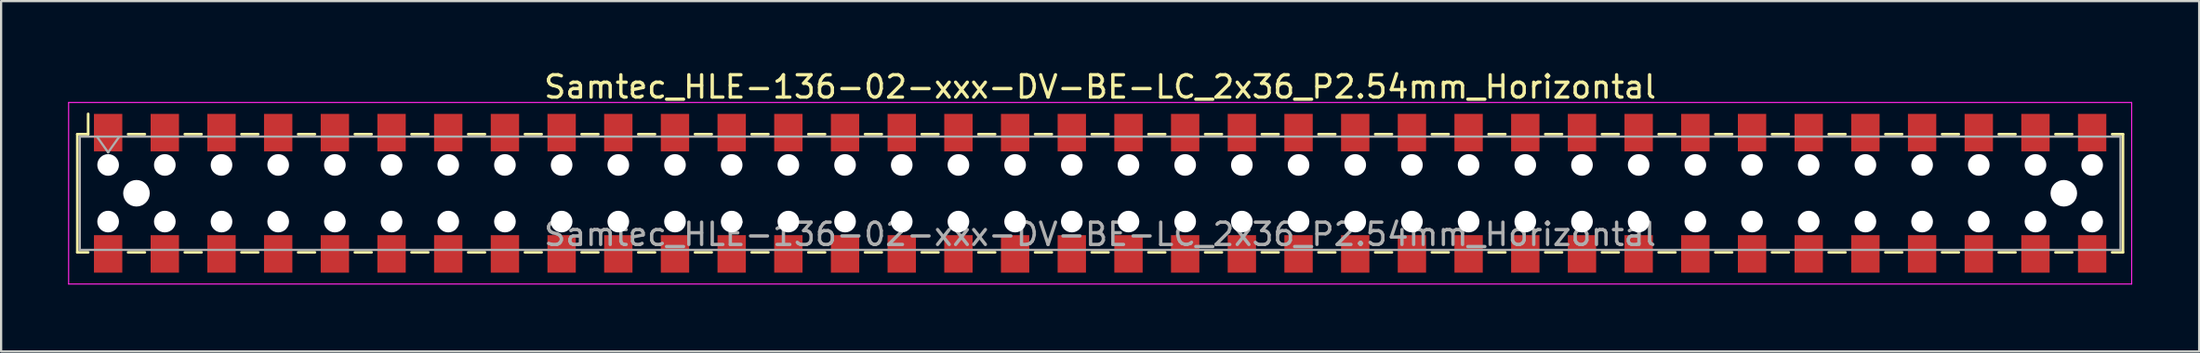
<source format=kicad_pcb>
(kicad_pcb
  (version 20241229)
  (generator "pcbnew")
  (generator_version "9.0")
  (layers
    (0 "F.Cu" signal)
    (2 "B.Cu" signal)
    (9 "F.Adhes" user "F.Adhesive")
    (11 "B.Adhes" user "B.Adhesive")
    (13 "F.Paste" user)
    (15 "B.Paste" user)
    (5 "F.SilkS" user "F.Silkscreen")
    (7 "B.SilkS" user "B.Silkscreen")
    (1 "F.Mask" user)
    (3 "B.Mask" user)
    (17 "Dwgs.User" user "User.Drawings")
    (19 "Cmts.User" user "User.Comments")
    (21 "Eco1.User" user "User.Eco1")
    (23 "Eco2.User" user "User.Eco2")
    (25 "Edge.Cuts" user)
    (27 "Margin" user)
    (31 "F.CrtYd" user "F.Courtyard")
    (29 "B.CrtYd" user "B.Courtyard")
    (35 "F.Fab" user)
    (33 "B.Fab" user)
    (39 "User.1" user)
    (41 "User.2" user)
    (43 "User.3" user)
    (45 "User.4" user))
  (footprint "Samtec_HLE-136-02-xxx-DV-BE-LC_2x36_P2.54mm_Horizontal"
    (layer "F.Cu")
    (at 46.245 5.618)
    (property "Reference" "Samtec_HLE-136-02-xxx-DV-BE-LC_2x36_P2.54mm_Horizontal" (at 0 -4.77 0) (layer "F.SilkS") (effects (font (size 1 1) (thickness 0.15))))
    (attr smd)
    (fp_line (start -45.83 -2.65) (end -45.83 2.65) (stroke (width 0.12) (type solid)) (layer "F.SilkS"))
    (fp_line (start -45.83 2.65) (end -45.345 2.65) (stroke (width 0.12) (type solid)) (layer "F.SilkS"))
    (fp_line (start -45.345 -3.56) (end -45.345 -2.65) (stroke (width 0.12) (type solid)) (layer "F.SilkS"))
    (fp_line (start -45.345 -2.65) (end -45.83 -2.65) (stroke (width 0.12) (type solid)) (layer "F.SilkS"))
    (fp_line (start -43.555 -2.65) (end -42.805 -2.65) (stroke (width 0.12) (type solid)) (layer "F.SilkS"))
    (fp_line (start -43.555 2.65) (end -42.805 2.65) (stroke (width 0.12) (type solid)) (layer "F.SilkS"))
    (fp_line (start -41.015 -2.65) (end -40.265 -2.65) (stroke (width 0.12) (type solid)) (layer "F.SilkS"))
    (fp_line (start -41.015 2.65) (end -40.265 2.65) (stroke (width 0.12) (type solid)) (layer "F.SilkS"))
    (fp_line (start -38.475 -2.65) (end -37.725 -2.65) (stroke (width 0.12) (type solid)) (layer "F.SilkS"))
    (fp_line (start -38.475 2.65) (end -37.725 2.65) (stroke (width 0.12) (type solid)) (layer "F.SilkS"))
    (fp_line (start -35.935 -2.65) (end -35.185 -2.65) (stroke (width 0.12) (type solid)) (layer "F.SilkS"))
    (fp_line (start -35.935 2.65) (end -35.185 2.65) (stroke (width 0.12) (type solid)) (layer "F.SilkS"))
    (fp_line (start -33.395 -2.65) (end -32.645 -2.65) (stroke (width 0.12) (type solid)) (layer "F.SilkS"))
    (fp_line (start -33.395 2.65) (end -32.645 2.65) (stroke (width 0.12) (type solid)) (layer "F.SilkS"))
    (fp_line (start -30.855 -2.65) (end -30.105 -2.65) (stroke (width 0.12) (type solid)) (layer "F.SilkS"))
    (fp_line (start -30.855 2.65) (end -30.105 2.65) (stroke (width 0.12) (type solid)) (layer "F.SilkS"))
    (fp_line (start -28.315 -2.65) (end -27.565 -2.65) (stroke (width 0.12) (type solid)) (layer "F.SilkS"))
    (fp_line (start -28.315 2.65) (end -27.565 2.65) (stroke (width 0.12) (type solid)) (layer "F.SilkS"))
    (fp_line (start -25.775 -2.65) (end -25.025 -2.65) (stroke (width 0.12) (type solid)) (layer "F.SilkS"))
    (fp_line (start -25.775 2.65) (end -25.025 2.65) (stroke (width 0.12) (type solid)) (layer "F.SilkS"))
    (fp_line (start -23.235 -2.65) (end -22.485 -2.65) (stroke (width 0.12) (type solid)) (layer "F.SilkS"))
    (fp_line (start -23.235 2.65) (end -22.485 2.65) (stroke (width 0.12) (type solid)) (layer "F.SilkS"))
    (fp_line (start -20.695 -2.65) (end -19.945 -2.65) (stroke (width 0.12) (type solid)) (layer "F.SilkS"))
    (fp_line (start -20.695 2.65) (end -19.945 2.65) (stroke (width 0.12) (type solid)) (layer "F.SilkS"))
    (fp_line (start -18.155 -2.65) (end -17.405 -2.65) (stroke (width 0.12) (type solid)) (layer "F.SilkS"))
    (fp_line (start -18.155 2.65) (end -17.405 2.65) (stroke (width 0.12) (type solid)) (layer "F.SilkS"))
    (fp_line (start -15.615 -2.65) (end -14.865 -2.65) (stroke (width 0.12) (type solid)) (layer "F.SilkS"))
    (fp_line (start -15.615 2.65) (end -14.865 2.65) (stroke (width 0.12) (type solid)) (layer "F.SilkS"))
    (fp_line (start -13.075 -2.65) (end -12.325 -2.65) (stroke (width 0.12) (type solid)) (layer "F.SilkS"))
    (fp_line (start -13.075 2.65) (end -12.325 2.65) (stroke (width 0.12) (type solid)) (layer "F.SilkS"))
    (fp_line (start -10.535 -2.65) (end -9.785 -2.65) (stroke (width 0.12) (type solid)) (layer "F.SilkS"))
    (fp_line (start -10.535 2.65) (end -9.785 2.65) (stroke (width 0.12) (type solid)) (layer "F.SilkS"))
    (fp_line (start -7.995 -2.65) (end -7.245 -2.65) (stroke (width 0.12) (type solid)) (layer "F.SilkS"))
    (fp_line (start -7.995 2.65) (end -7.245 2.65) (stroke (width 0.12) (type solid)) (layer "F.SilkS"))
    (fp_line (start -5.455 -2.65) (end -4.705 -2.65) (stroke (width 0.12) (type solid)) (layer "F.SilkS"))
    (fp_line (start -5.455 2.65) (end -4.705 2.65) (stroke (width 0.12) (type solid)) (layer "F.SilkS"))
    (fp_line (start -2.915 -2.65) (end -2.165 -2.65) (stroke (width 0.12) (type solid)) (layer "F.SilkS"))
    (fp_line (start -2.915 2.65) (end -2.165 2.65) (stroke (width 0.12) (type solid)) (layer "F.SilkS"))
    (fp_line (start -0.375 -2.65) (end 0.375 -2.65) (stroke (width 0.12) (type solid)) (layer "F.SilkS"))
    (fp_line (start -0.375 2.65) (end 0.375 2.65) (stroke (width 0.12) (type solid)) (layer "F.SilkS"))
    (fp_line (start 2.165 -2.65) (end 2.915 -2.65) (stroke (width 0.12) (type solid)) (layer "F.SilkS"))
    (fp_line (start 2.165 2.65) (end 2.915 2.65) (stroke (width 0.12) (type solid)) (layer "F.SilkS"))
    (fp_line (start 4.705 -2.65) (end 5.455 -2.65) (stroke (width 0.12) (type solid)) (layer "F.SilkS"))
    (fp_line (start 4.705 2.65) (end 5.455 2.65) (stroke (width 0.12) (type solid)) (layer "F.SilkS"))
    (fp_line (start 7.245 -2.65) (end 7.995 -2.65) (stroke (width 0.12) (type solid)) (layer "F.SilkS"))
    (fp_line (start 7.245 2.65) (end 7.995 2.65) (stroke (width 0.12) (type solid)) (layer "F.SilkS"))
    (fp_line (start 9.785 -2.65) (end 10.535 -2.65) (stroke (width 0.12) (type solid)) (layer "F.SilkS"))
    (fp_line (start 9.785 2.65) (end 10.535 2.65) (stroke (width 0.12) (type solid)) (layer "F.SilkS"))
    (fp_line (start 12.325 -2.65) (end 13.075 -2.65) (stroke (width 0.12) (type solid)) (layer "F.SilkS"))
    (fp_line (start 12.325 2.65) (end 13.075 2.65) (stroke (width 0.12) (type solid)) (layer "F.SilkS"))
    (fp_line (start 14.865 -2.65) (end 15.615 -2.65) (stroke (width 0.12) (type solid)) (layer "F.SilkS"))
    (fp_line (start 14.865 2.65) (end 15.615 2.65) (stroke (width 0.12) (type solid)) (layer "F.SilkS"))
    (fp_line (start 17.405 -2.65) (end 18.155 -2.65) (stroke (width 0.12) (type solid)) (layer "F.SilkS"))
    (fp_line (start 17.405 2.65) (end 18.155 2.65) (stroke (width 0.12) (type solid)) (layer "F.SilkS"))
    (fp_line (start 19.945 -2.65) (end 20.695 -2.65) (stroke (width 0.12) (type solid)) (layer "F.SilkS"))
    (fp_line (start 19.945 2.65) (end 20.695 2.65) (stroke (width 0.12) (type solid)) (layer "F.SilkS"))
    (fp_line (start 22.485 -2.65) (end 23.235 -2.65) (stroke (width 0.12) (type solid)) (layer "F.SilkS"))
    (fp_line (start 22.485 2.65) (end 23.235 2.65) (stroke (width 0.12) (type solid)) (layer "F.SilkS"))
    (fp_line (start 25.025 -2.65) (end 25.775 -2.65) (stroke (width 0.12) (type solid)) (layer "F.SilkS"))
    (fp_line (start 25.025 2.65) (end 25.775 2.65) (stroke (width 0.12) (type solid)) (layer "F.SilkS"))
    (fp_line (start 27.565 -2.65) (end 28.315 -2.65) (stroke (width 0.12) (type solid)) (layer "F.SilkS"))
    (fp_line (start 27.565 2.65) (end 28.315 2.65) (stroke (width 0.12) (type solid)) (layer "F.SilkS"))
    (fp_line (start 30.105 -2.65) (end 30.855 -2.65) (stroke (width 0.12) (type solid)) (layer "F.SilkS"))
    (fp_line (start 30.105 2.65) (end 30.855 2.65) (stroke (width 0.12) (type solid)) (layer "F.SilkS"))
    (fp_line (start 32.645 -2.65) (end 33.395 -2.65) (stroke (width 0.12) (type solid)) (layer "F.SilkS"))
    (fp_line (start 32.645 2.65) (end 33.395 2.65) (stroke (width 0.12) (type solid)) (layer "F.SilkS"))
    (fp_line (start 35.185 -2.65) (end 35.935 -2.65) (stroke (width 0.12) (type solid)) (layer "F.SilkS"))
    (fp_line (start 35.185 2.65) (end 35.935 2.65) (stroke (width 0.12) (type solid)) (layer "F.SilkS"))
    (fp_line (start 37.725 -2.65) (end 38.475 -2.65) (stroke (width 0.12) (type solid)) (layer "F.SilkS"))
    (fp_line (start 37.725 2.65) (end 38.475 2.65) (stroke (width 0.12) (type solid)) (layer "F.SilkS"))
    (fp_line (start 40.265 -2.65) (end 41.015 -2.65) (stroke (width 0.12) (type solid)) (layer "F.SilkS"))
    (fp_line (start 40.265 2.65) (end 41.015 2.65) (stroke (width 0.12) (type solid)) (layer "F.SilkS"))
    (fp_line (start 42.805 -2.65) (end 43.555 -2.65) (stroke (width 0.12) (type solid)) (layer "F.SilkS"))
    (fp_line (start 42.805 2.65) (end 43.555 2.65) (stroke (width 0.12) (type solid)) (layer "F.SilkS"))
    (fp_line (start 45.345 -2.65) (end 45.83 -2.65) (stroke (width 0.12) (type solid)) (layer "F.SilkS"))
    (fp_line (start 45.83 -2.65) (end 45.83 2.65) (stroke (width 0.12) (type solid)) (layer "F.SilkS"))
    (fp_line (start 45.83 2.65) (end 45.345 2.65) (stroke (width 0.12) (type solid)) (layer "F.SilkS"))
    (fp_line (start -46.22 -4.07) (end 46.22 -4.07) (stroke (width 0.05) (type solid)) (layer "F.CrtYd"))
    (fp_line (start -46.22 4.07) (end -46.22 -4.07) (stroke (width 0.05) (type solid)) (layer "F.CrtYd"))
    (fp_line (start 46.22 -4.07) (end 46.22 4.07) (stroke (width 0.05) (type solid)) (layer "F.CrtYd"))
    (fp_line (start 46.22 4.07) (end -46.22 4.07) (stroke (width 0.05) (type solid)) (layer "F.CrtYd"))
    (fp_line (start -45.72 -2.54) (end 45.72 -2.54) (stroke (width 0.1) (type solid)) (layer "F.Fab"))
    (fp_line (start -45.72 2.54) (end -45.72 -2.54) (stroke (width 0.1) (type solid)) (layer "F.Fab"))
    (fp_line (start -44.95 -2.54) (end -44.45 -1.833) (stroke (width 0.1) (type solid)) (layer "F.Fab"))
    (fp_line (start -44.45 -1.833) (end -43.95 -2.54) (stroke (width 0.1) (type solid)) (layer "F.Fab"))
    (fp_line (start 45.72 -2.54) (end 45.72 2.54) (stroke (width 0.1) (type solid)) (layer "F.Fab"))
    (fp_line (start 45.72 2.54) (end -45.72 2.54) (stroke (width 0.1) (type solid)) (layer "F.Fab"))
    (fp_text user "${REFERENCE}" (at 0 1.84 0) (layer "F.Fab") (effects (font (size 1 1) (thickness 0.15))))
    (pad "" np_thru_hole circle (at -44.45 -1.27) (size 0.97 0.97) (drill 0.97) (layers "*.Cu" "*.Mask"))
    (pad "" np_thru_hole circle (at -44.45 1.27) (size 0.97 0.97) (drill 0.97) (layers "*.Cu" "*.Mask"))
    (pad "" np_thru_hole circle (at -43.18 0) (size 1.19 1.19) (drill 1.19) (layers "*.Cu" "*.Mask"))
    (pad "" np_thru_hole circle (at -41.91 -1.27) (size 0.97 0.97) (drill 0.97) (layers "*.Cu" "*.Mask"))
    (pad "" np_thru_hole circle (at -41.91 1.27) (size 0.97 0.97) (drill 0.97) (layers "*.Cu" "*.Mask"))
    (pad "" np_thru_hole circle (at -39.37 -1.27) (size 0.97 0.97) (drill 0.97) (layers "*.Cu" "*.Mask"))
    (pad "" np_thru_hole circle (at -39.37 1.27) (size 0.97 0.97) (drill 0.97) (layers "*.Cu" "*.Mask"))
    (pad "" np_thru_hole circle (at -36.83 -1.27) (size 0.97 0.97) (drill 0.97) (layers "*.Cu" "*.Mask"))
    (pad "" np_thru_hole circle (at -36.83 1.27) (size 0.97 0.97) (drill 0.97) (layers "*.Cu" "*.Mask"))
    (pad "" np_thru_hole circle (at -34.29 -1.27) (size 0.97 0.97) (drill 0.97) (layers "*.Cu" "*.Mask"))
    (pad "" np_thru_hole circle (at -34.29 1.27) (size 0.97 0.97) (drill 0.97) (layers "*.Cu" "*.Mask"))
    (pad "" np_thru_hole circle (at -31.75 -1.27) (size 0.97 0.97) (drill 0.97) (layers "*.Cu" "*.Mask"))
    (pad "" np_thru_hole circle (at -31.75 1.27) (size 0.97 0.97) (drill 0.97) (layers "*.Cu" "*.Mask"))
    (pad "" np_thru_hole circle (at -29.21 -1.27) (size 0.97 0.97) (drill 0.97) (layers "*.Cu" "*.Mask"))
    (pad "" np_thru_hole circle (at -29.21 1.27) (size 0.97 0.97) (drill 0.97) (layers "*.Cu" "*.Mask"))
    (pad "" np_thru_hole circle (at -26.67 -1.27) (size 0.97 0.97) (drill 0.97) (layers "*.Cu" "*.Mask"))
    (pad "" np_thru_hole circle (at -26.67 1.27) (size 0.97 0.97) (drill 0.97) (layers "*.Cu" "*.Mask"))
    (pad "" np_thru_hole circle (at -24.13 -1.27) (size 0.97 0.97) (drill 0.97) (layers "*.Cu" "*.Mask"))
    (pad "" np_thru_hole circle (at -24.13 1.27) (size 0.97 0.97) (drill 0.97) (layers "*.Cu" "*.Mask"))
    (pad "" np_thru_hole circle (at -21.59 -1.27) (size 0.97 0.97) (drill 0.97) (layers "*.Cu" "*.Mask"))
    (pad "" np_thru_hole circle (at -21.59 1.27) (size 0.97 0.97) (drill 0.97) (layers "*.Cu" "*.Mask"))
    (pad "" np_thru_hole circle (at -19.05 -1.27) (size 0.97 0.97) (drill 0.97) (layers "*.Cu" "*.Mask"))
    (pad "" np_thru_hole circle (at -19.05 1.27) (size 0.97 0.97) (drill 0.97) (layers "*.Cu" "*.Mask"))
    (pad "" np_thru_hole circle (at -16.51 -1.27) (size 0.97 0.97) (drill 0.97) (layers "*.Cu" "*.Mask"))
    (pad "" np_thru_hole circle (at -16.51 1.27) (size 0.97 0.97) (drill 0.97) (layers "*.Cu" "*.Mask"))
    (pad "" np_thru_hole circle (at -13.97 -1.27) (size 0.97 0.97) (drill 0.97) (layers "*.Cu" "*.Mask"))
    (pad "" np_thru_hole circle (at -13.97 1.27) (size 0.97 0.97) (drill 0.97) (layers "*.Cu" "*.Mask"))
    (pad "" np_thru_hole circle (at -11.43 -1.27) (size 0.97 0.97) (drill 0.97) (layers "*.Cu" "*.Mask"))
    (pad "" np_thru_hole circle (at -11.43 1.27) (size 0.97 0.97) (drill 0.97) (layers "*.Cu" "*.Mask"))
    (pad "" np_thru_hole circle (at -8.89 -1.27) (size 0.97 0.97) (drill 0.97) (layers "*.Cu" "*.Mask"))
    (pad "" np_thru_hole circle (at -8.89 1.27) (size 0.97 0.97) (drill 0.97) (layers "*.Cu" "*.Mask"))
    (pad "" np_thru_hole circle (at -6.35 -1.27) (size 0.97 0.97) (drill 0.97) (layers "*.Cu" "*.Mask"))
    (pad "" np_thru_hole circle (at -6.35 1.27) (size 0.97 0.97) (drill 0.97) (layers "*.Cu" "*.Mask"))
    (pad "" np_thru_hole circle (at -3.81 -1.27) (size 0.97 0.97) (drill 0.97) (layers "*.Cu" "*.Mask"))
    (pad "" np_thru_hole circle (at -3.81 1.27) (size 0.97 0.97) (drill 0.97) (layers "*.Cu" "*.Mask"))
    (pad "" np_thru_hole circle (at -1.27 -1.27) (size 0.97 0.97) (drill 0.97) (layers "*.Cu" "*.Mask"))
    (pad "" np_thru_hole circle (at -1.27 1.27) (size 0.97 0.97) (drill 0.97) (layers "*.Cu" "*.Mask"))
    (pad "" np_thru_hole circle (at 1.27 -1.27) (size 0.97 0.97) (drill 0.97) (layers "*.Cu" "*.Mask"))
    (pad "" np_thru_hole circle (at 1.27 1.27) (size 0.97 0.97) (drill 0.97) (layers "*.Cu" "*.Mask"))
    (pad "" np_thru_hole circle (at 3.81 -1.27) (size 0.97 0.97) (drill 0.97) (layers "*.Cu" "*.Mask"))
    (pad "" np_thru_hole circle (at 3.81 1.27) (size 0.97 0.97) (drill 0.97) (layers "*.Cu" "*.Mask"))
    (pad "" np_thru_hole circle (at 6.35 -1.27) (size 0.97 0.97) (drill 0.97) (layers "*.Cu" "*.Mask"))
    (pad "" np_thru_hole circle (at 6.35 1.27) (size 0.97 0.97) (drill 0.97) (layers "*.Cu" "*.Mask"))
    (pad "" np_thru_hole circle (at 8.89 -1.27) (size 0.97 0.97) (drill 0.97) (layers "*.Cu" "*.Mask"))
    (pad "" np_thru_hole circle (at 8.89 1.27) (size 0.97 0.97) (drill 0.97) (layers "*.Cu" "*.Mask"))
    (pad "" np_thru_hole circle (at 11.43 -1.27) (size 0.97 0.97) (drill 0.97) (layers "*.Cu" "*.Mask"))
    (pad "" np_thru_hole circle (at 11.43 1.27) (size 0.97 0.97) (drill 0.97) (layers "*.Cu" "*.Mask"))
    (pad "" np_thru_hole circle (at 13.97 -1.27) (size 0.97 0.97) (drill 0.97) (layers "*.Cu" "*.Mask"))
    (pad "" np_thru_hole circle (at 13.97 1.27) (size 0.97 0.97) (drill 0.97) (layers "*.Cu" "*.Mask"))
    (pad "" np_thru_hole circle (at 16.51 -1.27) (size 0.97 0.97) (drill 0.97) (layers "*.Cu" "*.Mask"))
    (pad "" np_thru_hole circle (at 16.51 1.27) (size 0.97 0.97) (drill 0.97) (layers "*.Cu" "*.Mask"))
    (pad "" np_thru_hole circle (at 19.05 -1.27) (size 0.97 0.97) (drill 0.97) (layers "*.Cu" "*.Mask"))
    (pad "" np_thru_hole circle (at 19.05 1.27) (size 0.97 0.97) (drill 0.97) (layers "*.Cu" "*.Mask"))
    (pad "" np_thru_hole circle (at 21.59 -1.27) (size 0.97 0.97) (drill 0.97) (layers "*.Cu" "*.Mask"))
    (pad "" np_thru_hole circle (at 21.59 1.27) (size 0.97 0.97) (drill 0.97) (layers "*.Cu" "*.Mask"))
    (pad "" np_thru_hole circle (at 24.13 -1.27) (size 0.97 0.97) (drill 0.97) (layers "*.Cu" "*.Mask"))
    (pad "" np_thru_hole circle (at 24.13 1.27) (size 0.97 0.97) (drill 0.97) (layers "*.Cu" "*.Mask"))
    (pad "" np_thru_hole circle (at 26.67 -1.27) (size 0.97 0.97) (drill 0.97) (layers "*.Cu" "*.Mask"))
    (pad "" np_thru_hole circle (at 26.67 1.27) (size 0.97 0.97) (drill 0.97) (layers "*.Cu" "*.Mask"))
    (pad "" np_thru_hole circle (at 29.21 -1.27) (size 0.97 0.97) (drill 0.97) (layers "*.Cu" "*.Mask"))
    (pad "" np_thru_hole circle (at 29.21 1.27) (size 0.97 0.97) (drill 0.97) (layers "*.Cu" "*.Mask"))
    (pad "" np_thru_hole circle (at 31.75 -1.27) (size 0.97 0.97) (drill 0.97) (layers "*.Cu" "*.Mask"))
    (pad "" np_thru_hole circle (at 31.75 1.27) (size 0.97 0.97) (drill 0.97) (layers "*.Cu" "*.Mask"))
    (pad "" np_thru_hole circle (at 34.29 -1.27) (size 0.97 0.97) (drill 0.97) (layers "*.Cu" "*.Mask"))
    (pad "" np_thru_hole circle (at 34.29 1.27) (size 0.97 0.97) (drill 0.97) (layers "*.Cu" "*.Mask"))
    (pad "" np_thru_hole circle (at 36.83 -1.27) (size 0.97 0.97) (drill 0.97) (layers "*.Cu" "*.Mask"))
    (pad "" np_thru_hole circle (at 36.83 1.27) (size 0.97 0.97) (drill 0.97) (layers "*.Cu" "*.Mask"))
    (pad "" np_thru_hole circle (at 39.37 -1.27) (size 0.97 0.97) (drill 0.97) (layers "*.Cu" "*.Mask"))
    (pad "" np_thru_hole circle (at 39.37 1.27) (size 0.97 0.97) (drill 0.97) (layers "*.Cu" "*.Mask"))
    (pad "" np_thru_hole circle (at 41.91 -1.27) (size 0.97 0.97) (drill 0.97) (layers "*.Cu" "*.Mask"))
    (pad "" np_thru_hole circle (at 41.91 1.27) (size 0.97 0.97) (drill 0.97) (layers "*.Cu" "*.Mask"))
    (pad "" np_thru_hole circle (at 43.18 0) (size 1.19 1.19) (drill 1.19) (layers "*.Cu" "*.Mask"))
    (pad "" np_thru_hole circle (at 44.45 -1.27) (size 0.97 0.97) (drill 0.97) (layers "*.Cu" "*.Mask"))
    (pad "" np_thru_hole circle (at 44.45 1.27) (size 0.97 0.97) (drill 0.97) (layers "*.Cu" "*.Mask"))
    (pad "1" smd rect (at -44.45 -2.72) (size 1.27 1.68) (layers "F.Cu" "F.Mask" "F.Paste"))
    (pad "2" smd rect (at -44.45 2.72) (size 1.27 1.68) (layers "F.Cu" "F.Mask" "F.Paste"))
    (pad "3" smd rect (at -41.91 -2.72) (size 1.27 1.68) (layers "F.Cu" "F.Mask" "F.Paste"))
    (pad "4" smd rect (at -41.91 2.72) (size 1.27 1.68) (layers "F.Cu" "F.Mask" "F.Paste"))
    (pad "5" smd rect (at -39.37 -2.72) (size 1.27 1.68) (layers "F.Cu" "F.Mask" "F.Paste"))
    (pad "6" smd rect (at -39.37 2.72) (size 1.27 1.68) (layers "F.Cu" "F.Mask" "F.Paste"))
    (pad "7" smd rect (at -36.83 -2.72) (size 1.27 1.68) (layers "F.Cu" "F.Mask" "F.Paste"))
    (pad "8" smd rect (at -36.83 2.72) (size 1.27 1.68) (layers "F.Cu" "F.Mask" "F.Paste"))
    (pad "9" smd rect (at -34.29 -2.72) (size 1.27 1.68) (layers "F.Cu" "F.Mask" "F.Paste"))
    (pad "10" smd rect (at -34.29 2.72) (size 1.27 1.68) (layers "F.Cu" "F.Mask" "F.Paste"))
    (pad "11" smd rect (at -31.75 -2.72) (size 1.27 1.68) (layers "F.Cu" "F.Mask" "F.Paste"))
    (pad "12" smd rect (at -31.75 2.72) (size 1.27 1.68) (layers "F.Cu" "F.Mask" "F.Paste"))
    (pad "13" smd rect (at -29.21 -2.72) (size 1.27 1.68) (layers "F.Cu" "F.Mask" "F.Paste"))
    (pad "14" smd rect (at -29.21 2.72) (size 1.27 1.68) (layers "F.Cu" "F.Mask" "F.Paste"))
    (pad "15" smd rect (at -26.67 -2.72) (size 1.27 1.68) (layers "F.Cu" "F.Mask" "F.Paste"))
    (pad "16" smd rect (at -26.67 2.72) (size 1.27 1.68) (layers "F.Cu" "F.Mask" "F.Paste"))
    (pad "17" smd rect (at -24.13 -2.72) (size 1.27 1.68) (layers "F.Cu" "F.Mask" "F.Paste"))
    (pad "18" smd rect (at -24.13 2.72) (size 1.27 1.68) (layers "F.Cu" "F.Mask" "F.Paste"))
    (pad "19" smd rect (at -21.59 -2.72) (size 1.27 1.68) (layers "F.Cu" "F.Mask" "F.Paste"))
    (pad "20" smd rect (at -21.59 2.72) (size 1.27 1.68) (layers "F.Cu" "F.Mask" "F.Paste"))
    (pad "21" smd rect (at -19.05 -2.72) (size 1.27 1.68) (layers "F.Cu" "F.Mask" "F.Paste"))
    (pad "22" smd rect (at -19.05 2.72) (size 1.27 1.68) (layers "F.Cu" "F.Mask" "F.Paste"))
    (pad "23" smd rect (at -16.51 -2.72) (size 1.27 1.68) (layers "F.Cu" "F.Mask" "F.Paste"))
    (pad "24" smd rect (at -16.51 2.72) (size 1.27 1.68) (layers "F.Cu" "F.Mask" "F.Paste"))
    (pad "25" smd rect (at -13.97 -2.72) (size 1.27 1.68) (layers "F.Cu" "F.Mask" "F.Paste"))
    (pad "26" smd rect (at -13.97 2.72) (size 1.27 1.68) (layers "F.Cu" "F.Mask" "F.Paste"))
    (pad "27" smd rect (at -11.43 -2.72) (size 1.27 1.68) (layers "F.Cu" "F.Mask" "F.Paste"))
    (pad "28" smd rect (at -11.43 2.72) (size 1.27 1.68) (layers "F.Cu" "F.Mask" "F.Paste"))
    (pad "29" smd rect (at -8.89 -2.72) (size 1.27 1.68) (layers "F.Cu" "F.Mask" "F.Paste"))
    (pad "30" smd rect (at -8.89 2.72) (size 1.27 1.68) (layers "F.Cu" "F.Mask" "F.Paste"))
    (pad "31" smd rect (at -6.35 -2.72) (size 1.27 1.68) (layers "F.Cu" "F.Mask" "F.Paste"))
    (pad "32" smd rect (at -6.35 2.72) (size 1.27 1.68) (layers "F.Cu" "F.Mask" "F.Paste"))
    (pad "33" smd rect (at -3.81 -2.72) (size 1.27 1.68) (layers "F.Cu" "F.Mask" "F.Paste"))
    (pad "34" smd rect (at -3.81 2.72) (size 1.27 1.68) (layers "F.Cu" "F.Mask" "F.Paste"))
    (pad "35" smd rect (at -1.27 -2.72) (size 1.27 1.68) (layers "F.Cu" "F.Mask" "F.Paste"))
    (pad "36" smd rect (at -1.27 2.72) (size 1.27 1.68) (layers "F.Cu" "F.Mask" "F.Paste"))
    (pad "37" smd rect (at 1.27 -2.72) (size 1.27 1.68) (layers "F.Cu" "F.Mask" "F.Paste"))
    (pad "38" smd rect (at 1.27 2.72) (size 1.27 1.68) (layers "F.Cu" "F.Mask" "F.Paste"))
    (pad "39" smd rect (at 3.81 -2.72) (size 1.27 1.68) (layers "F.Cu" "F.Mask" "F.Paste"))
    (pad "40" smd rect (at 3.81 2.72) (size 1.27 1.68) (layers "F.Cu" "F.Mask" "F.Paste"))
    (pad "41" smd rect (at 6.35 -2.72) (size 1.27 1.68) (layers "F.Cu" "F.Mask" "F.Paste"))
    (pad "42" smd rect (at 6.35 2.72) (size 1.27 1.68) (layers "F.Cu" "F.Mask" "F.Paste"))
    (pad "43" smd rect (at 8.89 -2.72) (size 1.27 1.68) (layers "F.Cu" "F.Mask" "F.Paste"))
    (pad "44" smd rect (at 8.89 2.72) (size 1.27 1.68) (layers "F.Cu" "F.Mask" "F.Paste"))
    (pad "45" smd rect (at 11.43 -2.72) (size 1.27 1.68) (layers "F.Cu" "F.Mask" "F.Paste"))
    (pad "46" smd rect (at 11.43 2.72) (size 1.27 1.68) (layers "F.Cu" "F.Mask" "F.Paste"))
    (pad "47" smd rect (at 13.97 -2.72) (size 1.27 1.68) (layers "F.Cu" "F.Mask" "F.Paste"))
    (pad "48" smd rect (at 13.97 2.72) (size 1.27 1.68) (layers "F.Cu" "F.Mask" "F.Paste"))
    (pad "49" smd rect (at 16.51 -2.72) (size 1.27 1.68) (layers "F.Cu" "F.Mask" "F.Paste"))
    (pad "50" smd rect (at 16.51 2.72) (size 1.27 1.68) (layers "F.Cu" "F.Mask" "F.Paste"))
    (pad "51" smd rect (at 19.05 -2.72) (size 1.27 1.68) (layers "F.Cu" "F.Mask" "F.Paste"))
    (pad "52" smd rect (at 19.05 2.72) (size 1.27 1.68) (layers "F.Cu" "F.Mask" "F.Paste"))
    (pad "53" smd rect (at 21.59 -2.72) (size 1.27 1.68) (layers "F.Cu" "F.Mask" "F.Paste"))
    (pad "54" smd rect (at 21.59 2.72) (size 1.27 1.68) (layers "F.Cu" "F.Mask" "F.Paste"))
    (pad "55" smd rect (at 24.13 -2.72) (size 1.27 1.68) (layers "F.Cu" "F.Mask" "F.Paste"))
    (pad "56" smd rect (at 24.13 2.72) (size 1.27 1.68) (layers "F.Cu" "F.Mask" "F.Paste"))
    (pad "57" smd rect (at 26.67 -2.72) (size 1.27 1.68) (layers "F.Cu" "F.Mask" "F.Paste"))
    (pad "58" smd rect (at 26.67 2.72) (size 1.27 1.68) (layers "F.Cu" "F.Mask" "F.Paste"))
    (pad "59" smd rect (at 29.21 -2.72) (size 1.27 1.68) (layers "F.Cu" "F.Mask" "F.Paste"))
    (pad "60" smd rect (at 29.21 2.72) (size 1.27 1.68) (layers "F.Cu" "F.Mask" "F.Paste"))
    (pad "61" smd rect (at 31.75 -2.72) (size 1.27 1.68) (layers "F.Cu" "F.Mask" "F.Paste"))
    (pad "62" smd rect (at 31.75 2.72) (size 1.27 1.68) (layers "F.Cu" "F.Mask" "F.Paste"))
    (pad "63" smd rect (at 34.29 -2.72) (size 1.27 1.68) (layers "F.Cu" "F.Mask" "F.Paste"))
    (pad "64" smd rect (at 34.29 2.72) (size 1.27 1.68) (layers "F.Cu" "F.Mask" "F.Paste"))
    (pad "65" smd rect (at 36.83 -2.72) (size 1.27 1.68) (layers "F.Cu" "F.Mask" "F.Paste"))
    (pad "66" smd rect (at 36.83 2.72) (size 1.27 1.68) (layers "F.Cu" "F.Mask" "F.Paste"))
    (pad "67" smd rect (at 39.37 -2.72) (size 1.27 1.68) (layers "F.Cu" "F.Mask" "F.Paste"))
    (pad "68" smd rect (at 39.37 2.72) (size 1.27 1.68) (layers "F.Cu" "F.Mask" "F.Paste"))
    (pad "69" smd rect (at 41.91 -2.72) (size 1.27 1.68) (layers "F.Cu" "F.Mask" "F.Paste"))
    (pad "70" smd rect (at 41.91 2.72) (size 1.27 1.68) (layers "F.Cu" "F.Mask" "F.Paste"))
    (pad "71" smd rect (at 44.45 -2.72) (size 1.27 1.68) (layers "F.Cu" "F.Mask" "F.Paste"))
    (pad "72" smd rect (at 44.45 2.72) (size 1.27 1.68) (layers "F.Cu" "F.Mask" "F.Paste")))
  (gr_rect
    (start -3 -3)
    (end 95.49 12.713)
    (stroke (width 0.1) (type default))
    (fill no)
    (layer "Edge.Cuts")))
</source>
